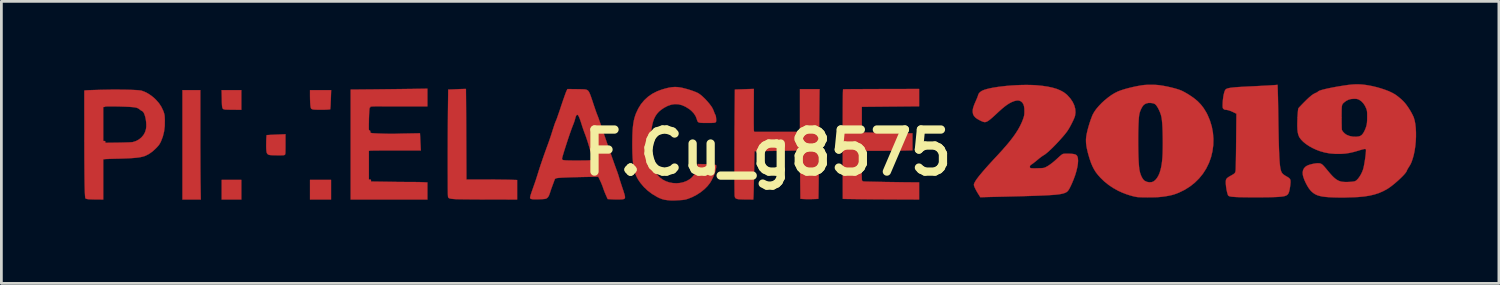
<source format=kicad_pcb>
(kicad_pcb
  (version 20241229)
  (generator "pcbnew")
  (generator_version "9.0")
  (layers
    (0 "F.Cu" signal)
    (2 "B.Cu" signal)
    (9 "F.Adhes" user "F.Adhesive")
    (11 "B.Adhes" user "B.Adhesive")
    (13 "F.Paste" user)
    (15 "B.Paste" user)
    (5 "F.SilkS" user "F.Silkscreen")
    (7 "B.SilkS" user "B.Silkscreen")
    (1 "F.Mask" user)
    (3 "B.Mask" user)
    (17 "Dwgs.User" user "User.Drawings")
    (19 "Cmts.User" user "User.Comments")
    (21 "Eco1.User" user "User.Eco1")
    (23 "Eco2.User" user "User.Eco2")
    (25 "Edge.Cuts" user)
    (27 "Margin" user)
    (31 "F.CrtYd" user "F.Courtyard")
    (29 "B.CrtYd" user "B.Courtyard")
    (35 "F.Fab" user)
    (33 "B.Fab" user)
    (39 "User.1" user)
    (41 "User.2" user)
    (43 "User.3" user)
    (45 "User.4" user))
  (footprint "F.Cu_g8575"
    (layer "F.Cu")
    (at 24.77 2.478)
    (property "Reference" "F.Cu_g8575" (at 0 0 0) (layer "F.SilkS") (effects (font (size 1.524 1.524) (thickness 0.3))))
    (attr through_hole)
    (fp_poly (pts (xy -19.075 1.702) (xy -19.787 1.702) (xy -19.787 0.991) (xy -19.075 0.991) (xy -19.075 1.702)) (stroke (width 0.01) (type solid)) (fill yes) (layer "F.Cu"))
    (fp_poly (pts (xy -15.824 1.702) (xy -16.586 1.702) (xy -16.586 0.991) (xy -15.824 0.991) (xy -15.824 1.702)) (stroke (width 0.01) (type solid)) (fill yes) (layer "F.Cu"))
    (fp_poly (pts (xy -20.561 -0.872) (xy -20.561 -0.671) (xy -20.561 -0.468) (xy -20.561 -0.264) (xy -20.56 -0.062) (xy -20.559 0.135) (xy -20.559 0.324) (xy -20.558 0.502) (xy -20.557 0.667) (xy -20.556 0.817) (xy -20.555 0.948) (xy -20.554 1.058) (xy -20.553 1.109) (xy -20.544 1.702) (xy -21.209 1.702) (xy -21.209 -2.261) (xy -20.561 -2.261) (xy -20.561 -0.872)) (stroke (width 0.01) (type solid)) (fill yes) (layer "F.Cu"))
    (fp_poly (pts (xy -19.075 -1.549) (xy -19.352 -1.551) (xy -19.435 -1.552) (xy -19.511 -1.553) (xy -19.576 -1.554) (xy -19.625 -1.556) (xy -19.655 -1.557) (xy -19.66 -1.558) (xy -19.692 -1.564) (xy -19.718 -1.571) (xy -19.739 -1.583) (xy -19.754 -1.603) (xy -19.764 -1.633) (xy -19.772 -1.676) (xy -19.777 -1.734) (xy -19.78 -1.812) (xy -19.782 -1.911) (xy -19.783 -1.959) (xy -19.79 -2.261) (xy -19.075 -2.261) (xy -19.075 -1.549)) (stroke (width 0.01) (type solid)) (fill yes) (layer "F.Cu"))
    (fp_poly (pts (xy -15.829 -1.997) (xy -15.832 -1.911) (xy -15.836 -1.829) (xy -15.839 -1.754) (xy -15.842 -1.694) (xy -15.845 -1.652) (xy -15.845 -1.65) (xy -15.853 -1.566) (xy -15.948 -1.557) (xy -16.003 -1.554) (xy -16.072 -1.552) (xy -16.15 -1.551) (xy -16.231 -1.551) (xy -16.309 -1.552) (xy -16.379 -1.554) (xy -16.436 -1.557) (xy -16.473 -1.561) (xy -16.476 -1.562) (xy -16.513 -1.573) (xy -16.541 -1.587) (xy -16.543 -1.59) (xy -16.555 -1.615) (xy -16.566 -1.663) (xy -16.574 -1.733) (xy -16.58 -1.822) (xy -16.584 -1.928) (xy -16.586 -2.049) (xy -16.586 -2.054) (xy -16.586 -2.261) (xy -15.82 -2.261) (xy -15.829 -1.997)) (stroke (width 0.01) (type solid)) (fill yes) (layer "F.Cu"))
    (fp_poly (pts (xy -17.475 -0.302) (xy -17.475 -0.196) (xy -17.476 -0.113) (xy -17.477 -0.049) (xy -17.478 -0.002) (xy -17.481 0.031) (xy -17.484 0.054) (xy -17.489 0.068) (xy -17.495 0.077) (xy -17.498 0.081) (xy -17.51 0.088) (xy -17.527 0.093) (xy -17.554 0.097) (xy -17.594 0.099) (xy -17.652 0.1) (xy -17.729 0.1) (xy -17.762 0.1) (xy -17.841 0.099) (xy -17.916 0.097) (xy -17.98 0.094) (xy -18.028 0.091) (xy -18.055 0.087) (xy -18.092 0.076) (xy -18.12 0.058) (xy -18.142 0.032) (xy -18.157 -0.007) (xy -18.166 -0.061) (xy -18.172 -0.133) (xy -18.174 -0.227) (xy -18.174 -0.267) (xy -18.173 -0.344) (xy -18.172 -0.42) (xy -18.17 -0.486) (xy -18.167 -0.536) (xy -18.166 -0.555) (xy -18.158 -0.632) (xy -18.023 -0.64) (xy -17.96 -0.643) (xy -17.881 -0.647) (xy -17.794 -0.651) (xy -17.708 -0.654) (xy -17.682 -0.655) (xy -17.475 -0.664) (xy -17.475 -0.302)) (stroke (width 0.01) (type solid)) (fill yes) (layer "F.Cu"))
    (fp_poly (pts (xy -10.937 -2.305) (xy -10.936 -2.292) (xy -10.935 -2.255) (xy -10.935 -2.195) (xy -10.934 -2.115) (xy -10.933 -2.016) (xy -10.932 -1.898) (xy -10.931 -1.764) (xy -10.93 -1.616) (xy -10.929 -1.454) (xy -10.928 -1.28) (xy -10.927 -1.095) (xy -10.926 -0.902) (xy -10.925 -0.701) (xy -10.925 -0.661) (xy -10.918 0.978) (xy -10.287 0.978) (xy -10.15 0.978) (xy -10.011 0.979) (xy -9.874 0.979) (xy -9.742 0.981) (xy -9.62 0.982) (xy -9.512 0.983) (xy -9.422 0.985) (xy -9.368 0.986) (xy -9.081 0.995) (xy -9.081 1.702) (xy -10.106 1.7) (xy -10.27 1.699) (xy -10.431 1.699) (xy -10.586 1.698) (xy -10.732 1.697) (xy -10.868 1.696) (xy -10.99 1.695) (xy -11.097 1.693) (xy -11.187 1.692) (xy -11.256 1.69) (xy -11.303 1.689) (xy -11.31 1.688) (xy -11.389 1.683) (xy -11.456 1.676) (xy -11.507 1.667) (xy -11.534 1.66) (xy -11.562 1.645) (xy -11.577 1.626) (xy -11.585 1.594) (xy -11.587 1.581) (xy -11.588 1.558) (xy -11.59 1.511) (xy -11.591 1.442) (xy -11.592 1.354) (xy -11.593 1.247) (xy -11.593 1.124) (xy -11.594 0.987) (xy -11.594 0.837) (xy -11.595 0.676) (xy -11.595 0.507) (xy -11.595 0.33) (xy -11.595 0.147) (xy -11.595 -0.038) (xy -11.594 -0.226) (xy -11.594 -0.413) (xy -11.593 -0.599) (xy -11.592 -0.78) (xy -11.591 -0.956) (xy -11.59 -1.125) (xy -11.589 -1.284) (xy -11.588 -1.433) (xy -11.587 -1.539) (xy -11.578 -2.282) (xy -11.26 -2.295) (xy -11.172 -2.299) (xy -11.094 -2.302) (xy -11.028 -2.304) (xy -10.977 -2.305) (xy -10.946 -2.305) (xy -10.937 -2.305)) (stroke (width 0.01) (type solid)) (fill yes) (layer "F.Cu"))
    (fp_poly (pts (xy -12.332 -1.676) (xy -13.362 -1.676) (xy -13.547 -1.676) (xy -13.709 -1.676) (xy -13.849 -1.676) (xy -13.968 -1.676) (xy -14.069 -1.675) (xy -14.152 -1.675) (xy -14.22 -1.674) (xy -14.273 -1.673) (xy -14.315 -1.671) (xy -14.346 -1.669) (xy -14.368 -1.667) (xy -14.382 -1.664) (xy -14.391 -1.661) (xy -14.395 -1.657) (xy -14.398 -1.653) (xy -14.398 -1.651) (xy -14.41 -1.63) (xy -14.421 -1.626) (xy -14.427 -1.613) (xy -14.433 -1.577) (xy -14.438 -1.518) (xy -14.443 -1.438) (xy -14.447 -1.338) (xy -14.451 -1.22) (xy -14.453 -1.086) (xy -14.455 -0.997) (xy -14.455 -0.924) (xy -14.455 -0.872) (xy -14.453 -0.838) (xy -14.45 -0.818) (xy -14.444 -0.808) (xy -14.435 -0.804) (xy -14.429 -0.802) (xy -14.41 -0.794) (xy -14.402 -0.771) (xy -14.402 -0.756) (xy -14.399 -0.728) (xy -14.387 -0.714) (xy -14.357 -0.707) (xy -14.354 -0.706) (xy -14.321 -0.702) (xy -14.266 -0.698) (xy -14.195 -0.694) (xy -14.11 -0.69) (xy -14.017 -0.687) (xy -13.92 -0.684) (xy -13.822 -0.681) (xy -13.728 -0.68) (xy -13.643 -0.679) (xy -13.57 -0.679) (xy -13.514 -0.68) (xy -13.513 -0.68) (xy -13.457 -0.681) (xy -13.382 -0.684) (xy -13.291 -0.686) (xy -13.191 -0.688) (xy -13.085 -0.69) (xy -12.98 -0.692) (xy -12.978 -0.692) (xy -12.601 -0.699) (xy -12.593 -0.537) (xy -12.589 -0.456) (xy -12.585 -0.365) (xy -12.58 -0.278) (xy -12.578 -0.225) (xy -12.57 -0.076) (xy -13.472 -0.076) (xy -13.622 -0.076) (xy -13.765 -0.076) (xy -13.9 -0.075) (xy -14.023 -0.075) (xy -14.134 -0.074) (xy -14.229 -0.073) (xy -14.306 -0.072) (xy -14.365 -0.071) (xy -14.401 -0.069) (xy -14.413 -0.068) (xy -14.453 -0.06) (xy -14.453 0.978) (xy -14.415 0.978) (xy -14.387 0.981) (xy -14.378 0.996) (xy -14.376 1.014) (xy -14.376 1.05) (xy -13.841 1.058) (xy -13.71 1.06) (xy -13.572 1.062) (xy -13.434 1.064) (xy -13.299 1.065) (xy -13.174 1.066) (xy -13.064 1.067) (xy -12.973 1.067) (xy -12.973 1.067) (xy -12.873 1.067) (xy -12.772 1.068) (xy -12.676 1.07) (xy -12.589 1.071) (xy -12.519 1.074) (xy -12.486 1.075) (xy -12.332 1.083) (xy -12.332 1.702) (xy -15.113 1.702) (xy -15.113 -2.282) (xy -14.227 -2.29) (xy -14.062 -2.292) (xy -13.89 -2.294) (xy -13.716 -2.296) (xy -13.543 -2.298) (xy -13.377 -2.3) (xy -13.219 -2.302) (xy -13.075 -2.304) (xy -12.948 -2.305) (xy -12.843 -2.307) (xy -12.837 -2.307) (xy -12.332 -2.315) (xy -12.332 -1.676)) (stroke (width 0.01) (type solid)) (fill yes) (layer "F.Cu"))
    (fp_poly (pts (xy 18.483 -2.246) (xy 18.485 -2.184) (xy 18.487 -2.101) (xy 18.49 -2.002) (xy 18.492 -1.891) (xy 18.494 -1.773) (xy 18.496 -1.652) (xy 18.498 -1.556) (xy 18.502 -1.281) (xy 18.506 -1.03) (xy 18.51 -0.803) (xy 18.514 -0.597) (xy 18.518 -0.411) (xy 18.523 -0.245) (xy 18.528 -0.097) (xy 18.533 0.034) (xy 18.538 0.15) (xy 18.544 0.252) (xy 18.55 0.34) (xy 18.557 0.417) (xy 18.564 0.483) (xy 18.572 0.539) (xy 18.581 0.588) (xy 18.591 0.629) (xy 18.601 0.664) (xy 18.622 0.715) (xy 18.651 0.758) (xy 18.693 0.797) (xy 18.752 0.837) (xy 18.793 0.861) (xy 18.857 0.898) (xy 18.901 0.931) (xy 18.928 0.964) (xy 18.942 1.003) (xy 18.945 1.053) (xy 18.944 1.099) (xy 18.936 1.183) (xy 18.924 1.268) (xy 18.91 1.347) (xy 18.894 1.414) (xy 18.877 1.463) (xy 18.873 1.472) (xy 18.851 1.507) (xy 18.824 1.535) (xy 18.788 1.557) (xy 18.74 1.575) (xy 18.678 1.589) (xy 18.599 1.599) (xy 18.501 1.607) (xy 18.38 1.613) (xy 18.377 1.613) (xy 18.282 1.616) (xy 18.168 1.619) (xy 18.04 1.621) (xy 17.902 1.622) (xy 17.758 1.623) (xy 17.612 1.623) (xy 17.468 1.622) (xy 17.332 1.621) (xy 17.207 1.619) (xy 17.097 1.617) (xy 17.006 1.613) (xy 16.979 1.612) (xy 16.884 1.606) (xy 16.812 1.6) (xy 16.758 1.591) (xy 16.721 1.58) (xy 16.696 1.566) (xy 16.681 1.548) (xy 16.678 1.54) (xy 16.651 1.455) (xy 16.628 1.353) (xy 16.611 1.245) (xy 16.601 1.14) (xy 16.599 1.077) (xy 16.601 1.023) (xy 16.609 0.981) (xy 16.628 0.947) (xy 16.659 0.916) (xy 16.707 0.882) (xy 16.766 0.848) (xy 16.833 0.81) (xy 16.881 0.78) (xy 16.914 0.754) (xy 16.935 0.728) (xy 16.947 0.698) (xy 16.954 0.661) (xy 16.957 0.627) (xy 16.959 0.598) (xy 16.96 0.546) (xy 16.962 0.473) (xy 16.964 0.382) (xy 16.966 0.274) (xy 16.968 0.151) (xy 16.97 0.017) (xy 16.972 -0.127) (xy 16.973 -0.279) (xy 16.975 -0.437) (xy 16.975 -0.44) (xy 16.984 -1.408) (xy 16.883 -1.458) (xy 16.781 -1.504) (xy 16.69 -1.535) (xy 16.615 -1.549) (xy 16.596 -1.549) (xy 16.549 -1.557) (xy 16.516 -1.581) (xy 16.501 -1.598) (xy 16.491 -1.618) (xy 16.487 -1.646) (xy 16.485 -1.689) (xy 16.485 -1.723) (xy 16.488 -1.821) (xy 16.496 -1.919) (xy 16.508 -2.014) (xy 16.524 -2.101) (xy 16.543 -2.177) (xy 16.563 -2.237) (xy 16.585 -2.277) (xy 16.591 -2.283) (xy 16.611 -2.3) (xy 16.638 -2.314) (xy 16.675 -2.327) (xy 16.723 -2.338) (xy 16.783 -2.348) (xy 16.859 -2.357) (xy 16.951 -2.366) (xy 17.063 -2.374) (xy 17.195 -2.382) (xy 17.349 -2.39) (xy 17.42 -2.394) (xy 17.621 -2.403) (xy 17.802 -2.412) (xy 17.962 -2.421) (xy 18.099 -2.428) (xy 18.214 -2.435) (xy 18.305 -2.441) (xy 18.372 -2.445) (xy 18.385 -2.446) (xy 18.476 -2.454) (xy 18.483 -2.246)) (stroke (width 0.01) (type solid)) (fill yes) (layer "F.Cu"))
    (fp_poly (pts (xy -0.506 -1.575) (xy -0.507 -1.439) (xy -0.507 -1.311) (xy -0.507 -1.191) (xy -0.507 -1.082) (xy -0.506 -0.987) (xy -0.505 -0.909) (xy -0.504 -0.849) (xy -0.503 -0.811) (xy -0.501 -0.797) (xy -0.492 -0.749) (xy 1.168 -0.749) (xy 1.168 -2.299) (xy 1.879 -2.299) (xy 1.872 -1.737) (xy 1.871 -1.645) (xy 1.87 -1.531) (xy 1.869 -1.397) (xy 1.867 -1.245) (xy 1.866 -1.078) (xy 1.864 -0.898) (xy 1.862 -0.709) (xy 1.861 -0.512) (xy 1.859 -0.31) (xy 1.857 -0.106) (xy 1.855 0.098) (xy 1.854 0.246) (xy 1.853 0.434) (xy 1.851 0.615) (xy 1.849 0.787) (xy 1.847 0.948) (xy 1.846 1.098) (xy 1.844 1.234) (xy 1.842 1.355) (xy 1.841 1.459) (xy 1.839 1.544) (xy 1.838 1.609) (xy 1.836 1.653) (xy 1.835 1.673) (xy 1.835 1.675) (xy 1.819 1.678) (xy 1.783 1.681) (xy 1.73 1.683) (xy 1.666 1.685) (xy 1.594 1.687) (xy 1.518 1.688) (xy 1.445 1.688) (xy 1.377 1.687) (xy 1.32 1.685) (xy 1.277 1.683) (xy 1.275 1.683) (xy 1.185 1.675) (xy 1.175 0.802) (xy 1.174 0.656) (xy 1.172 0.517) (xy 1.171 0.388) (xy 1.169 0.271) (xy 1.168 0.167) (xy 1.166 0.08) (xy 1.165 0.01) (xy 1.164 -0.04) (xy 1.164 -0.068) (xy 1.163 -0.073) (xy 1.15 -0.073) (xy 1.115 -0.073) (xy 1.059 -0.073) (xy 0.985 -0.072) (xy 0.897 -0.071) (xy 0.796 -0.069) (xy 0.685 -0.068) (xy 0.567 -0.066) (xy 0.444 -0.064) (xy 0.319 -0.062) (xy 0.195 -0.06) (xy 0.073 -0.058) (xy -0.042 -0.056) (xy -0.15 -0.054) (xy -0.247 -0.052) (xy -0.33 -0.051) (xy -0.397 -0.049) (xy -0.446 -0.048) (xy -0.473 -0.047) (xy -0.478 -0.047) (xy -0.479 -0.034) (xy -0.48 0.002) (xy -0.482 0.059) (xy -0.483 0.135) (xy -0.485 0.228) (xy -0.488 0.335) (xy -0.49 0.454) (xy -0.492 0.583) (xy -0.495 0.72) (xy -0.495 0.724) (xy -0.498 0.865) (xy -0.5 1.001) (xy -0.503 1.13) (xy -0.506 1.248) (xy -0.508 1.354) (xy -0.511 1.445) (xy -0.513 1.517) (xy -0.515 1.57) (xy -0.516 1.597) (xy -0.523 1.702) (xy -0.766 1.7) (xy -0.847 1.699) (xy -0.923 1.697) (xy -0.99 1.695) (xy -1.041 1.692) (xy -1.071 1.689) (xy -1.128 1.675) (xy -1.165 1.656) (xy -1.186 1.625) (xy -1.197 1.579) (xy -1.198 1.573) (xy -1.2 1.547) (xy -1.201 1.498) (xy -1.202 1.427) (xy -1.203 1.337) (xy -1.204 1.228) (xy -1.205 1.102) (xy -1.205 0.962) (xy -1.206 0.809) (xy -1.206 0.645) (xy -1.206 0.472) (xy -1.206 0.292) (xy -1.206 0.106) (xy -1.206 -0.084) (xy -1.205 -0.276) (xy -1.204 -0.468) (xy -1.204 -0.659) (xy -1.203 -0.846) (xy -1.201 -1.028) (xy -1.2 -1.203) (xy -1.199 -1.369) (xy -1.198 -1.444) (xy -1.19 -2.283) (xy -0.884 -2.294) (xy -0.796 -2.297) (xy -0.715 -2.3) (xy -0.644 -2.302) (xy -0.589 -2.304) (xy -0.552 -2.305) (xy -0.54 -2.305) (xy -0.502 -2.305) (xy -0.506 -1.575)) (stroke (width 0.01) (type solid)) (fill yes) (layer "F.Cu"))
    (fp_poly (pts (xy 5.486 -1.991) (xy 5.486 -1.676) (xy 5.312 -1.675) (xy 5.269 -1.674) (xy 5.203 -1.674) (xy 5.117 -1.673) (xy 5.014 -1.672) (xy 4.896 -1.671) (xy 4.766 -1.67) (xy 4.626 -1.668) (xy 4.479 -1.667) (xy 4.329 -1.666) (xy 4.274 -1.665) (xy 3.41 -1.657) (xy 3.41 -1.198) (xy 3.41 -1.092) (xy 3.411 -0.995) (xy 3.412 -0.909) (xy 3.413 -0.836) (xy 3.414 -0.781) (xy 3.415 -0.745) (xy 3.417 -0.732) (xy 3.43 -0.731) (xy 3.466 -0.729) (xy 3.523 -0.728) (xy 3.598 -0.726) (xy 3.688 -0.724) (xy 3.792 -0.721) (xy 3.906 -0.719) (xy 4.029 -0.717) (xy 4.158 -0.714) (xy 4.29 -0.712) (xy 4.424 -0.709) (xy 4.556 -0.707) (xy 4.684 -0.705) (xy 4.806 -0.703) (xy 4.92 -0.702) (xy 5.022 -0.7) (xy 5.111 -0.699) (xy 5.184 -0.699) (xy 5.21 -0.699) (xy 5.245 -0.699) (xy 5.245 -0.08) (xy 4.9 -0.072) (xy 4.81 -0.07) (xy 4.7 -0.068) (xy 4.574 -0.067) (xy 4.438 -0.066) (xy 4.296 -0.065) (xy 4.154 -0.064) (xy 4.017 -0.064) (xy 3.979 -0.064) (xy 3.404 -0.064) (xy 3.404 0.456) (xy 3.404 0.571) (xy 3.405 0.678) (xy 3.406 0.775) (xy 3.408 0.859) (xy 3.41 0.927) (xy 3.412 0.976) (xy 3.414 1.003) (xy 3.415 1.007) (xy 3.438 1.035) (xy 3.463 1.046) (xy 3.481 1.048) (xy 3.522 1.05) (xy 3.583 1.052) (xy 3.663 1.054) (xy 3.759 1.056) (xy 3.868 1.058) (xy 3.988 1.061) (xy 4.116 1.063) (xy 4.251 1.066) (xy 4.39 1.068) (xy 4.53 1.07) (xy 4.669 1.072) (xy 4.805 1.074) (xy 4.935 1.076) (xy 5.057 1.077) (xy 5.169 1.078) (xy 5.268 1.079) (xy 5.286 1.079) (xy 5.486 1.079) (xy 5.486 1.702) (xy 4.702 1.699) (xy 4.539 1.698) (xy 4.365 1.698) (xy 4.184 1.696) (xy 4.002 1.695) (xy 3.824 1.694) (xy 3.654 1.692) (xy 3.498 1.691) (xy 3.36 1.689) (xy 3.321 1.689) (xy 3.201 1.687) (xy 3.088 1.685) (xy 2.986 1.684) (xy 2.897 1.683) (xy 2.823 1.681) (xy 2.768 1.68) (xy 2.733 1.679) (xy 2.721 1.679) (xy 2.721 1.666) (xy 2.72 1.629) (xy 2.72 1.57) (xy 2.72 1.489) (xy 2.719 1.388) (xy 2.719 1.269) (xy 2.719 1.132) (xy 2.719 0.98) (xy 2.718 0.813) (xy 2.718 0.633) (xy 2.718 0.442) (xy 2.718 0.239) (xy 2.718 0.028) (xy 2.718 -0.191) (xy 2.718 -0.305) (xy 2.718 -0.577) (xy 2.718 -0.825) (xy 2.718 -1.049) (xy 2.718 -1.251) (xy 2.719 -1.432) (xy 2.719 -1.592) (xy 2.72 -1.732) (xy 2.721 -1.855) (xy 2.722 -1.96) (xy 2.723 -2.048) (xy 2.724 -2.121) (xy 2.725 -2.18) (xy 2.727 -2.225) (xy 2.728 -2.258) (xy 2.73 -2.279) (xy 2.732 -2.29) (xy 2.734 -2.292) (xy 2.748 -2.293) (xy 2.787 -2.294) (xy 2.847 -2.295) (xy 2.928 -2.296) (xy 3.027 -2.297) (xy 3.144 -2.297) (xy 3.276 -2.298) (xy 3.422 -2.299) (xy 3.58 -2.3) (xy 3.748 -2.3) (xy 3.925 -2.301) (xy 4.11 -2.302) (xy 4.118 -2.302) (xy 5.486 -2.305) (xy 5.486 -1.991)) (stroke (width 0.01) (type solid)) (fill yes) (layer "F.Cu"))
    (fp_poly (pts (xy -23.489 -2.28) (xy -23.338 -2.279) (xy -23.196 -2.276) (xy -23.066 -2.272) (xy -22.951 -2.267) (xy -22.852 -2.262) (xy -22.773 -2.255) (xy -22.715 -2.248) (xy -22.692 -2.243) (xy -22.577 -2.201) (xy -22.458 -2.14) (xy -22.339 -2.061) (xy -22.226 -1.969) (xy -22.168 -1.912) (xy -22.059 -1.788) (xy -21.974 -1.659) (xy -21.908 -1.521) (xy -21.891 -1.477) (xy -21.876 -1.431) (xy -21.865 -1.39) (xy -21.857 -1.35) (xy -21.852 -1.302) (xy -21.849 -1.241) (xy -21.847 -1.172) (xy -21.85 -0.959) (xy -21.875 -0.761) (xy -21.92 -0.578) (xy -21.985 -0.409) (xy -21.992 -0.394) (xy -22.019 -0.342) (xy -22.045 -0.298) (xy -22.074 -0.258) (xy -22.112 -0.215) (xy -22.162 -0.162) (xy -22.179 -0.145) (xy -22.297 -0.037) (xy -22.416 0.047) (xy -22.536 0.11) (xy -22.578 0.127) (xy -22.639 0.146) (xy -22.712 0.163) (xy -22.8 0.178) (xy -22.905 0.19) (xy -23.027 0.2) (xy -23.17 0.209) (xy -23.334 0.215) (xy -23.521 0.221) (xy -23.578 0.222) (xy -23.673 0.224) (xy -23.765 0.227) (xy -23.848 0.229) (xy -23.918 0.232) (xy -23.971 0.234) (xy -24 0.236) (xy -24.079 0.243) (xy -24.079 1.702) (xy -24.317 1.7) (xy -24.399 1.699) (xy -24.476 1.697) (xy -24.545 1.695) (xy -24.599 1.692) (xy -24.63 1.689) (xy -24.673 1.681) (xy -24.709 1.669) (xy -24.723 1.66) (xy -24.729 1.646) (xy -24.733 1.616) (xy -24.738 1.569) (xy -24.742 1.503) (xy -24.746 1.42) (xy -24.749 1.317) (xy -24.752 1.195) (xy -24.755 1.052) (xy -24.757 0.889) (xy -24.759 0.704) (xy -24.76 0.497) (xy -24.762 0.268) (xy -24.763 0.015) (xy -24.764 -0.261) (xy -24.764 -0.562) (xy -24.764 -0.802) (xy -24.765 -1.651) (xy -24.079 -1.651) (xy -24.079 -0.419) (xy -24.041 -0.419) (xy -24.014 -0.416) (xy -24.004 -0.401) (xy -24.003 -0.386) (xy -24.003 -0.353) (xy -23.536 -0.359) (xy -23.418 -0.361) (xy -23.309 -0.364) (xy -23.212 -0.367) (xy -23.13 -0.37) (xy -23.065 -0.374) (xy -23.022 -0.378) (xy -23.006 -0.38) (xy -22.889 -0.418) (xy -22.784 -0.475) (xy -22.693 -0.55) (xy -22.618 -0.639) (xy -22.563 -0.74) (xy -22.53 -0.85) (xy -22.52 -0.93) (xy -22.519 -1.017) (xy -22.524 -1.108) (xy -22.536 -1.198) (xy -22.554 -1.284) (xy -22.577 -1.361) (xy -22.603 -1.426) (xy -22.633 -1.474) (xy -22.665 -1.502) (xy -22.673 -1.506) (xy -22.698 -1.518) (xy -22.733 -1.542) (xy -22.758 -1.562) (xy -22.795 -1.59) (xy -22.832 -1.61) (xy -22.873 -1.625) (xy -22.926 -1.636) (xy -22.994 -1.645) (xy -23.05 -1.65) (xy -23.117 -1.655) (xy -23.196 -1.659) (xy -23.286 -1.663) (xy -23.382 -1.666) (xy -23.482 -1.669) (xy -23.582 -1.671) (xy -23.679 -1.673) (xy -23.769 -1.673) (xy -23.849 -1.673) (xy -23.917 -1.672) (xy -23.968 -1.671) (xy -23.999 -1.668) (xy -24.008 -1.665) (xy -24.027 -1.654) (xy -24.048 -1.651) (xy -24.079 -1.651) (xy -24.765 -1.651) (xy -24.765 -2.245) (xy -24.726 -2.253) (xy -24.705 -2.254) (xy -24.662 -2.257) (xy -24.599 -2.26) (xy -24.519 -2.263) (xy -24.426 -2.266) (xy -24.321 -2.269) (xy -24.208 -2.272) (xy -24.145 -2.274) (xy -23.979 -2.277) (xy -23.812 -2.28) (xy -23.648 -2.28) (xy -23.489 -2.28)) (stroke (width 0.01) (type solid)) (fill yes) (layer "F.Cu"))
    (fp_poly (pts (xy 13.975 -2.455) (xy 14.079 -2.451) (xy 14.17 -2.443) (xy 14.199 -2.44) (xy 14.343 -2.417) (xy 14.489 -2.389) (xy 14.633 -2.356) (xy 14.768 -2.321) (xy 14.889 -2.284) (xy 14.988 -2.247) (xy 15.03 -2.227) (xy 15.088 -2.197) (xy 15.155 -2.159) (xy 15.227 -2.117) (xy 15.278 -2.086) (xy 15.438 -1.977) (xy 15.577 -1.863) (xy 15.696 -1.74) (xy 15.801 -1.604) (xy 15.894 -1.452) (xy 15.94 -1.363) (xy 16.027 -1.154) (xy 16.092 -0.939) (xy 16.133 -0.719) (xy 16.151 -0.496) (xy 16.146 -0.274) (xy 16.117 -0.054) (xy 16.066 0.162) (xy 15.991 0.372) (xy 15.893 0.572) (xy 15.892 0.575) (xy 15.772 0.764) (xy 15.633 0.936) (xy 15.475 1.092) (xy 15.299 1.23) (xy 15.108 1.351) (xy 14.9 1.452) (xy 14.746 1.511) (xy 14.653 1.538) (xy 14.539 1.563) (xy 14.41 1.586) (xy 14.271 1.604) (xy 14.186 1.612) (xy 14.125 1.617) (xy 14.048 1.62) (xy 13.958 1.622) (xy 13.862 1.623) (xy 13.762 1.624) (xy 13.665 1.623) (xy 13.574 1.622) (xy 13.494 1.619) (xy 13.43 1.616) (xy 13.387 1.612) (xy 13.386 1.612) (xy 13.262 1.588) (xy 13.126 1.551) (xy 12.985 1.505) (xy 12.846 1.451) (xy 12.716 1.392) (xy 12.707 1.388) (xy 12.52 1.285) (xy 12.352 1.172) (xy 12.195 1.045) (xy 12.062 0.917) (xy 11.972 0.817) (xy 11.894 0.718) (xy 11.828 0.613) (xy 11.769 0.499) (xy 11.715 0.371) (xy 11.665 0.225) (xy 11.641 0.146) (xy 11.598 -0.007) (xy 11.567 -0.142) (xy 11.546 -0.261) (xy 11.535 -0.369) (xy 11.533 -0.469) (xy 11.534 -0.483) (xy 13.425 -0.483) (xy 13.425 -0.328) (xy 13.427 -0.173) (xy 13.429 -0.022) (xy 13.433 0.122) (xy 13.438 0.256) (xy 13.445 0.378) (xy 13.453 0.484) (xy 13.462 0.573) (xy 13.468 0.62) (xy 13.49 0.721) (xy 13.521 0.815) (xy 13.559 0.899) (xy 13.602 0.967) (xy 13.647 1.015) (xy 13.66 1.024) (xy 13.74 1.062) (xy 13.827 1.078) (xy 13.916 1.071) (xy 13.935 1.066) (xy 13.994 1.038) (xy 14.052 0.989) (xy 14.107 0.921) (xy 14.156 0.84) (xy 14.197 0.748) (xy 14.204 0.727) (xy 14.233 0.632) (xy 14.257 0.533) (xy 14.276 0.426) (xy 14.291 0.31) (xy 14.303 0.18) (xy 14.311 0.035) (xy 14.315 -0.13) (xy 14.317 -0.316) (xy 14.317 -0.362) (xy 14.315 -0.567) (xy 14.311 -0.752) (xy 14.305 -0.915) (xy 14.296 -1.056) (xy 14.285 -1.173) (xy 14.272 -1.266) (xy 14.267 -1.292) (xy 14.246 -1.373) (xy 14.215 -1.46) (xy 14.177 -1.547) (xy 14.135 -1.627) (xy 14.093 -1.693) (xy 14.067 -1.725) (xy 14.033 -1.756) (xy 13.992 -1.777) (xy 13.938 -1.79) (xy 13.885 -1.797) (xy 13.787 -1.797) (xy 13.704 -1.776) (xy 13.636 -1.734) (xy 13.62 -1.72) (xy 13.584 -1.674) (xy 13.547 -1.611) (xy 13.512 -1.537) (xy 13.484 -1.461) (xy 13.469 -1.406) (xy 13.459 -1.349) (xy 13.45 -1.269) (xy 13.443 -1.17) (xy 13.437 -1.054) (xy 13.432 -0.925) (xy 13.428 -0.784) (xy 13.426 -0.636) (xy 13.425 -0.483) (xy 11.534 -0.483) (xy 11.541 -0.565) (xy 11.544 -0.585) (xy 11.563 -0.693) (xy 11.591 -0.815) (xy 11.627 -0.947) (xy 11.667 -1.079) (xy 11.71 -1.205) (xy 11.753 -1.318) (xy 11.776 -1.372) (xy 11.831 -1.471) (xy 11.905 -1.577) (xy 11.997 -1.685) (xy 12.101 -1.794) (xy 12.214 -1.898) (xy 12.334 -1.995) (xy 12.456 -2.083) (xy 12.576 -2.157) (xy 12.692 -2.214) (xy 12.695 -2.215) (xy 12.803 -2.256) (xy 12.931 -2.297) (xy 13.074 -2.336) (xy 13.227 -2.373) (xy 13.384 -2.406) (xy 13.541 -2.434) (xy 13.583 -2.44) (xy 13.662 -2.449) (xy 13.759 -2.454) (xy 13.865 -2.456) (xy 13.975 -2.455)) (stroke (width 0.01) (type solid)) (fill yes) (layer "F.Cu"))
    (fp_poly (pts (xy -3.257 -2.371) (xy -3.148 -2.355) (xy -3.092 -2.344) (xy -2.994 -2.319) (xy -2.891 -2.291) (xy -2.789 -2.259) (xy -2.694 -2.226) (xy -2.611 -2.194) (xy -2.544 -2.164) (xy -2.514 -2.149) (xy -2.442 -2.099) (xy -2.362 -2.032) (xy -2.278 -1.952) (xy -2.195 -1.863) (xy -2.116 -1.771) (xy -2.047 -1.679) (xy -2.028 -1.651) (xy -1.999 -1.601) (xy -1.971 -1.541) (xy -1.951 -1.491) (xy -1.933 -1.441) (xy -1.914 -1.396) (xy -1.898 -1.366) (xy -1.897 -1.365) (xy -1.883 -1.333) (xy -1.874 -1.283) (xy -1.869 -1.219) (xy -1.867 -1.175) (xy -1.868 -1.141) (xy -1.873 -1.116) (xy -1.887 -1.097) (xy -1.911 -1.085) (xy -1.949 -1.078) (xy -2.003 -1.075) (xy -2.076 -1.073) (xy -2.171 -1.073) (xy -2.199 -1.073) (xy -2.3 -1.073) (xy -2.378 -1.075) (xy -2.437 -1.079) (xy -2.481 -1.086) (xy -2.511 -1.098) (xy -2.532 -1.116) (xy -2.547 -1.141) (xy -2.559 -1.174) (xy -2.568 -1.205) (xy -2.611 -1.317) (xy -2.679 -1.421) (xy -2.769 -1.516) (xy -2.851 -1.581) (xy -2.982 -1.662) (xy -3.11 -1.718) (xy -3.238 -1.749) (xy -3.365 -1.755) (xy -3.493 -1.736) (xy -3.623 -1.692) (xy -3.755 -1.623) (xy -3.867 -1.546) (xy -3.943 -1.482) (xy -4.009 -1.409) (xy -4.066 -1.326) (xy -4.114 -1.232) (xy -4.154 -1.125) (xy -4.185 -1.003) (xy -4.209 -0.864) (xy -4.226 -0.708) (xy -4.236 -0.531) (xy -4.24 -0.333) (xy -4.238 -0.127) (xy -4.236 -0.013) (xy -4.233 0.081) (xy -4.229 0.157) (xy -4.223 0.222) (xy -4.216 0.278) (xy -4.205 0.332) (xy -4.19 0.386) (xy -4.172 0.446) (xy -4.149 0.514) (xy -4.12 0.597) (xy -4.093 0.661) (xy -4.067 0.714) (xy -4.036 0.762) (xy -3.999 0.811) (xy -3.994 0.817) (xy -3.904 0.909) (xy -3.801 0.984) (xy -3.686 1.042) (xy -3.564 1.083) (xy -3.437 1.106) (xy -3.308 1.113) (xy -3.181 1.103) (xy -3.057 1.076) (xy -2.941 1.032) (xy -2.834 0.972) (xy -2.741 0.895) (xy -2.664 0.801) (xy -2.656 0.79) (xy -2.621 0.723) (xy -2.589 0.636) (xy -2.562 0.538) (xy -2.552 0.49) (xy -2.537 0.415) (xy -2.236 0.423) (xy -2.126 0.426) (xy -2.039 0.43) (xy -1.973 0.435) (xy -1.925 0.441) (xy -1.893 0.448) (xy -1.874 0.458) (xy -1.866 0.469) (xy -1.866 0.473) (xy -1.868 0.539) (xy -1.883 0.621) (xy -1.91 0.714) (xy -1.945 0.813) (xy -1.989 0.913) (xy -2.037 1.009) (xy -2.09 1.097) (xy -2.096 1.106) (xy -2.188 1.222) (xy -2.301 1.333) (xy -2.43 1.437) (xy -2.574 1.53) (xy -2.726 1.61) (xy -2.884 1.673) (xy -2.893 1.676) (xy -2.941 1.691) (xy -2.985 1.703) (xy -3.032 1.711) (xy -3.088 1.718) (xy -3.158 1.723) (xy -3.222 1.727) (xy -3.305 1.732) (xy -3.369 1.735) (xy -3.42 1.737) (xy -3.462 1.737) (xy -3.503 1.736) (xy -3.548 1.733) (xy -3.602 1.728) (xy -3.626 1.726) (xy -3.735 1.711) (xy -3.836 1.684) (xy -3.939 1.643) (xy -4.016 1.603) (xy -4.191 1.498) (xy -4.344 1.383) (xy -4.481 1.255) (xy -4.604 1.11) (xy -4.641 1.06) (xy -4.696 0.978) (xy -4.743 0.893) (xy -4.783 0.803) (xy -4.817 0.705) (xy -4.845 0.598) (xy -4.867 0.479) (xy -4.883 0.346) (xy -4.895 0.195) (xy -4.903 0.026) (xy -4.907 -0.164) (xy -4.908 -0.305) (xy -4.906 -0.495) (xy -4.902 -0.662) (xy -4.895 -0.81) (xy -4.884 -0.941) (xy -4.869 -1.058) (xy -4.85 -1.163) (xy -4.827 -1.259) (xy -4.798 -1.35) (xy -4.774 -1.416) (xy -4.69 -1.596) (xy -4.589 -1.757) (xy -4.47 -1.9) (xy -4.334 -2.024) (xy -4.181 -2.13) (xy -4.01 -2.218) (xy -3.848 -2.279) (xy -3.706 -2.321) (xy -3.581 -2.351) (xy -3.468 -2.369) (xy -3.362 -2.376) (xy -3.257 -2.371)) (stroke (width 0.01) (type solid)) (fill yes) (layer "F.Cu"))
    (fp_poly (pts (xy 9.521 -2.448) (xy 9.676 -2.442) (xy 9.735 -2.438) (xy 9.952 -2.417) (xy 10.147 -2.388) (xy 10.32 -2.351) (xy 10.473 -2.306) (xy 10.606 -2.251) (xy 10.722 -2.188) (xy 10.82 -2.114) (xy 10.859 -2.078) (xy 10.967 -1.958) (xy 11.05 -1.835) (xy 11.109 -1.71) (xy 11.143 -1.584) (xy 11.152 -1.456) (xy 11.137 -1.335) (xy 11.123 -1.291) (xy 11.099 -1.23) (xy 11.066 -1.157) (xy 11.027 -1.077) (xy 10.985 -0.995) (xy 10.942 -0.916) (xy 10.9 -0.845) (xy 10.862 -0.786) (xy 10.847 -0.764) (xy 10.782 -0.681) (xy 10.708 -0.591) (xy 10.626 -0.498) (xy 10.54 -0.403) (xy 10.452 -0.309) (xy 10.363 -0.218) (xy 10.278 -0.134) (xy 10.197 -0.059) (xy 10.125 0.005) (xy 10.062 0.056) (xy 10.013 0.089) (xy 10.001 0.096) (xy 9.968 0.116) (xy 9.921 0.149) (xy 9.866 0.19) (xy 9.808 0.237) (xy 9.785 0.256) (xy 9.726 0.305) (xy 9.668 0.351) (xy 9.617 0.391) (xy 9.577 0.42) (xy 9.566 0.427) (xy 9.529 0.453) (xy 9.509 0.473) (xy 9.501 0.494) (xy 9.5 0.514) (xy 9.501 0.534) (xy 9.506 0.549) (xy 9.519 0.56) (xy 9.542 0.566) (xy 9.579 0.57) (xy 9.633 0.571) (xy 9.707 0.571) (xy 9.782 0.569) (xy 9.863 0.567) (xy 9.923 0.564) (xy 9.968 0.561) (xy 10.002 0.556) (xy 10.029 0.548) (xy 10.056 0.538) (xy 10.071 0.531) (xy 10.145 0.491) (xy 10.231 0.434) (xy 10.324 0.364) (xy 10.42 0.283) (xy 10.509 0.202) (xy 10.583 0.134) (xy 10.641 0.086) (xy 10.684 0.057) (xy 10.699 0.051) (xy 10.736 0.044) (xy 10.792 0.04) (xy 10.869 0.04) (xy 10.921 0.041) (xy 11.017 0.046) (xy 11.091 0.055) (xy 11.146 0.07) (xy 11.186 0.092) (xy 11.212 0.123) (xy 11.23 0.165) (xy 11.24 0.211) (xy 11.246 0.301) (xy 11.238 0.41) (xy 11.218 0.533) (xy 11.186 0.669) (xy 11.143 0.812) (xy 11.089 0.961) (xy 11.026 1.113) (xy 10.979 1.215) (xy 10.94 1.292) (xy 10.907 1.35) (xy 10.875 1.393) (xy 10.842 1.423) (xy 10.804 1.447) (xy 10.756 1.467) (xy 10.737 1.473) (xy 10.703 1.484) (xy 10.662 1.494) (xy 10.616 1.503) (xy 10.561 1.512) (xy 10.497 1.52) (xy 10.423 1.528) (xy 10.337 1.535) (xy 10.239 1.541) (xy 10.126 1.548) (xy 9.999 1.554) (xy 9.855 1.56) (xy 9.693 1.566) (xy 9.513 1.572) (xy 9.313 1.578) (xy 9.091 1.584) (xy 8.847 1.59) (xy 8.58 1.597) (xy 8.445 1.6) (xy 8.325 1.603) (xy 8.208 1.606) (xy 8.1 1.608) (xy 8.003 1.611) (xy 7.92 1.613) (xy 7.855 1.615) (xy 7.81 1.616) (xy 7.793 1.617) (xy 7.706 1.62) (xy 7.661 1.55) (xy 7.608 1.465) (xy 7.561 1.384) (xy 7.523 1.312) (xy 7.495 1.252) (xy 7.48 1.213) (xy 7.473 1.181) (xy 7.472 1.156) (xy 7.479 1.128) (xy 7.496 1.09) (xy 7.503 1.076) (xy 7.533 1.023) (xy 7.577 0.958) (xy 7.636 0.88) (xy 7.71 0.788) (xy 7.8 0.682) (xy 7.906 0.56) (xy 8.029 0.423) (xy 8.169 0.27) (xy 8.326 0.102) (xy 8.494 -0.082) (xy 8.643 -0.252) (xy 8.775 -0.41) (xy 8.889 -0.558) (xy 8.988 -0.699) (xy 9.073 -0.832) (xy 9.144 -0.961) (xy 9.204 -1.087) (xy 9.253 -1.211) (xy 9.26 -1.232) (xy 9.279 -1.29) (xy 9.291 -1.337) (xy 9.298 -1.383) (xy 9.301 -1.437) (xy 9.302 -1.499) (xy 9.299 -1.599) (xy 9.288 -1.678) (xy 9.268 -1.742) (xy 9.238 -1.795) (xy 9.216 -1.821) (xy 9.164 -1.863) (xy 9.103 -1.885) (xy 9.032 -1.887) (xy 8.949 -1.87) (xy 8.852 -1.833) (xy 8.82 -1.818) (xy 8.746 -1.778) (xy 8.669 -1.728) (xy 8.586 -1.667) (xy 8.494 -1.591) (xy 8.39 -1.499) (xy 8.318 -1.432) (xy 8.221 -1.342) (xy 8.139 -1.268) (xy 8.071 -1.21) (xy 8.014 -1.166) (xy 7.967 -1.135) (xy 7.926 -1.115) (xy 7.891 -1.105) (xy 7.859 -1.103) (xy 7.834 -1.107) (xy 7.783 -1.123) (xy 7.721 -1.15) (xy 7.654 -1.185) (xy 7.592 -1.221) (xy 7.542 -1.256) (xy 7.53 -1.266) (xy 7.475 -1.326) (xy 7.442 -1.39) (xy 7.429 -1.465) (xy 7.428 -1.497) (xy 7.43 -1.545) (xy 7.439 -1.597) (xy 7.455 -1.654) (xy 7.479 -1.723) (xy 7.513 -1.806) (xy 7.554 -1.899) (xy 7.58 -1.958) (xy 7.602 -2.013) (xy 7.618 -2.058) (xy 7.625 -2.084) (xy 7.646 -2.134) (xy 7.687 -2.183) (xy 7.746 -2.227) (xy 7.774 -2.242) (xy 7.848 -2.273) (xy 7.945 -2.302) (xy 8.061 -2.33) (xy 8.195 -2.355) (xy 8.342 -2.378) (xy 8.5 -2.398) (xy 8.666 -2.416) (xy 8.838 -2.43) (xy 9.012 -2.44) (xy 9.186 -2.447) (xy 9.357 -2.45) (xy 9.521 -2.448)) (stroke (width 0.01) (type solid)) (fill yes) (layer "F.Cu"))
    (fp_poly (pts (xy -6.929 -2.297) (xy -6.827 -2.295) (xy -6.747 -2.294) (xy -6.686 -2.292) (xy -6.641 -2.289) (xy -6.607 -2.285) (xy -6.582 -2.28) (xy -6.563 -2.274) (xy -6.547 -2.267) (xy -6.526 -2.255) (xy -6.508 -2.239) (xy -6.49 -2.217) (xy -6.472 -2.187) (xy -6.452 -2.145) (xy -6.429 -2.09) (xy -6.403 -2.019) (xy -6.372 -1.93) (xy -6.335 -1.819) (xy -6.318 -1.765) (xy -6.287 -1.673) (xy -6.257 -1.586) (xy -6.23 -1.507) (xy -6.206 -1.44) (xy -6.187 -1.389) (xy -6.175 -1.359) (xy -6.163 -1.33) (xy -6.144 -1.28) (xy -6.12 -1.214) (xy -6.092 -1.133) (xy -6.061 -1.042) (xy -6.027 -0.945) (xy -6.007 -0.883) (xy -5.966 -0.764) (xy -5.922 -0.633) (xy -5.874 -0.493) (xy -5.824 -0.347) (xy -5.773 -0.2) (xy -5.722 -0.053) (xy -5.672 0.09) (xy -5.624 0.226) (xy -5.579 0.352) (xy -5.539 0.465) (xy -5.504 0.56) (xy -5.477 0.636) (xy -5.468 0.658) (xy -5.444 0.725) (xy -5.421 0.792) (xy -5.402 0.851) (xy -5.39 0.893) (xy -5.38 0.927) (xy -5.364 0.981) (xy -5.342 1.05) (xy -5.316 1.13) (xy -5.288 1.216) (xy -5.269 1.272) (xy -5.233 1.379) (xy -5.206 1.465) (xy -5.186 1.532) (xy -5.175 1.583) (xy -5.171 1.621) (xy -5.175 1.647) (xy -5.185 1.666) (xy -5.202 1.678) (xy -5.22 1.685) (xy -5.257 1.693) (xy -5.315 1.698) (xy -5.391 1.7) (xy -5.479 1.701) (xy -5.576 1.698) (xy -5.667 1.694) (xy -5.8 1.685) (xy -5.871 1.524) (xy -5.9 1.455) (xy -5.928 1.385) (xy -5.952 1.32) (xy -5.968 1.271) (xy -5.969 1.269) (xy -5.986 1.219) (xy -6.011 1.156) (xy -6.04 1.086) (xy -6.068 1.026) (xy -6.139 0.876) (xy -6.571 0.883) (xy -6.76 0.887) (xy -6.935 0.891) (xy -7.095 0.895) (xy -7.237 0.9) (xy -7.362 0.905) (xy -7.466 0.91) (xy -7.55 0.916) (xy -7.611 0.922) (xy -7.648 0.927) (xy -7.649 0.928) (xy -7.686 0.94) (xy -7.708 0.956) (xy -7.722 0.985) (xy -7.726 0.995) (xy -7.738 1.028) (xy -7.756 1.077) (xy -7.778 1.137) (xy -7.802 1.2) (xy -7.828 1.272) (xy -7.855 1.347) (xy -7.878 1.417) (xy -7.893 1.464) (xy -7.924 1.55) (xy -7.96 1.613) (xy -8.003 1.655) (xy -8.05 1.675) (xy -8.084 1.681) (xy -8.137 1.686) (xy -8.204 1.69) (xy -8.277 1.693) (xy -8.352 1.695) (xy -8.422 1.696) (xy -8.481 1.695) (xy -8.522 1.692) (xy -8.53 1.691) (xy -8.575 1.681) (xy -8.602 1.667) (xy -8.612 1.643) (xy -8.608 1.606) (xy -8.597 1.561) (xy -8.585 1.521) (xy -8.566 1.463) (xy -8.542 1.392) (xy -8.514 1.313) (xy -8.485 1.231) (xy -8.482 1.222) (xy -8.449 1.129) (xy -8.414 1.028) (xy -8.381 0.926) (xy -8.351 0.833) (xy -8.331 0.768) (xy -8.288 0.631) (xy -8.238 0.476) (xy -8.181 0.308) (xy -8.151 0.22) (xy -7.454 0.22) (xy -7.453 0.224) (xy -7.446 0.245) (xy -7.448 0.253) (xy -7.442 0.263) (xy -7.412 0.272) (xy -7.357 0.28) (xy -7.309 0.283) (xy -7.264 0.285) (xy -7.199 0.287) (xy -7.119 0.288) (xy -7.029 0.289) (xy -6.932 0.289) (xy -6.834 0.289) (xy -6.738 0.288) (xy -6.649 0.287) (xy -6.571 0.286) (xy -6.509 0.284) (xy -6.467 0.282) (xy -6.462 0.281) (xy -6.414 0.276) (xy -6.377 0.27) (xy -6.357 0.265) (xy -6.356 0.264) (xy -6.354 0.247) (xy -6.36 0.209) (xy -6.371 0.153) (xy -6.388 0.083) (xy -6.41 0.001) (xy -6.434 -0.09) (xy -6.462 -0.185) (xy -6.491 -0.283) (xy -6.521 -0.38) (xy -6.551 -0.472) (xy -6.58 -0.558) (xy -6.607 -0.633) (xy -6.623 -0.675) (xy -6.647 -0.737) (xy -6.675 -0.816) (xy -6.705 -0.902) (xy -6.733 -0.988) (xy -6.744 -1.025) (xy -6.781 -1.139) (xy -6.813 -1.229) (xy -6.841 -1.297) (xy -6.865 -1.341) (xy -6.887 -1.365) (xy -6.892 -1.368) (xy -6.917 -1.365) (xy -6.94 -1.338) (xy -6.962 -1.286) (xy -6.978 -1.225) (xy -6.993 -1.172) (xy -7.014 -1.106) (xy -7.04 -1.036) (xy -7.057 -0.993) (xy -7.078 -0.94) (xy -7.104 -0.872) (xy -7.133 -0.789) (xy -7.166 -0.697) (xy -7.2 -0.597) (xy -7.236 -0.491) (xy -7.271 -0.384) (xy -7.306 -0.277) (xy -7.339 -0.174) (xy -7.37 -0.077) (xy -7.397 0.012) (xy -7.42 0.088) (xy -7.438 0.15) (xy -7.449 0.195) (xy -7.454 0.22) (xy -8.151 0.22) (xy -8.121 0.133) (xy -8.058 -0.044) (xy -7.995 -0.218) (xy -7.988 -0.235) (xy -7.953 -0.332) (xy -7.915 -0.438) (xy -7.878 -0.547) (xy -7.844 -0.648) (xy -7.818 -0.731) (xy -7.784 -0.839) (xy -7.755 -0.927) (xy -7.732 -0.998) (xy -7.712 -1.056) (xy -7.693 -1.105) (xy -7.676 -1.147) (xy -7.661 -1.181) (xy -7.649 -1.21) (xy -7.631 -1.259) (xy -7.608 -1.326) (xy -7.58 -1.407) (xy -7.548 -1.498) (xy -7.515 -1.598) (xy -7.487 -1.683) (xy -7.452 -1.787) (xy -7.418 -1.888) (xy -7.385 -1.981) (xy -7.356 -2.064) (xy -7.331 -2.133) (xy -7.312 -2.183) (xy -7.302 -2.208) (xy -7.26 -2.301) (xy -6.929 -2.297)) (stroke (width 0.01) (type solid)) (fill yes) (layer "F.Cu"))
    (fp_poly (pts (xy 21.459 -2.47) (xy 21.56 -2.463) (xy 21.665 -2.45) (xy 21.741 -2.438) (xy 21.903 -2.408) (xy 22.064 -2.37) (xy 22.22 -2.325) (xy 22.368 -2.276) (xy 22.504 -2.224) (xy 22.624 -2.168) (xy 22.725 -2.112) (xy 22.779 -2.075) (xy 22.879 -1.998) (xy 22.961 -1.928) (xy 23.03 -1.862) (xy 23.092 -1.794) (xy 23.15 -1.72) (xy 23.21 -1.635) (xy 23.212 -1.632) (xy 23.27 -1.541) (xy 23.323 -1.45) (xy 23.368 -1.364) (xy 23.403 -1.29) (xy 23.411 -1.27) (xy 23.443 -1.161) (xy 23.467 -1.033) (xy 23.483 -0.889) (xy 23.491 -0.733) (xy 23.491 -0.57) (xy 23.483 -0.403) (xy 23.467 -0.237) (xy 23.443 -0.075) (xy 23.412 0.078) (xy 23.388 0.167) (xy 23.359 0.261) (xy 23.333 0.337) (xy 23.305 0.401) (xy 23.273 0.461) (xy 23.234 0.522) (xy 23.204 0.571) (xy 23.178 0.616) (xy 23.162 0.65) (xy 23.158 0.661) (xy 23.143 0.695) (xy 23.109 0.742) (xy 23.061 0.799) (xy 23 0.863) (xy 22.929 0.933) (xy 22.852 1.005) (xy 22.77 1.077) (xy 22.687 1.147) (xy 22.605 1.212) (xy 22.527 1.269) (xy 22.456 1.316) (xy 22.441 1.325) (xy 22.296 1.403) (xy 22.144 1.468) (xy 21.982 1.52) (xy 21.807 1.561) (xy 21.616 1.591) (xy 21.407 1.611) (xy 21.215 1.62) (xy 21.134 1.622) (xy 21.055 1.624) (xy 20.983 1.627) (xy 20.926 1.629) (xy 20.898 1.63) (xy 20.859 1.63) (xy 20.8 1.63) (xy 20.726 1.63) (xy 20.641 1.628) (xy 20.551 1.626) (xy 20.504 1.625) (xy 20.346 1.618) (xy 20.21 1.607) (xy 20.093 1.592) (xy 19.993 1.57) (xy 19.908 1.543) (xy 19.833 1.507) (xy 19.767 1.463) (xy 19.706 1.411) (xy 19.674 1.378) (xy 19.613 1.301) (xy 19.553 1.206) (xy 19.497 1.101) (xy 19.448 0.993) (xy 19.411 0.889) (xy 19.392 0.815) (xy 19.385 0.722) (xy 19.4 0.639) (xy 19.436 0.567) (xy 19.494 0.508) (xy 19.544 0.477) (xy 19.608 0.45) (xy 19.684 0.427) (xy 19.766 0.408) (xy 19.847 0.394) (xy 19.922 0.387) (xy 19.984 0.388) (xy 20.012 0.393) (xy 20.043 0.403) (xy 20.072 0.418) (xy 20.103 0.441) (xy 20.138 0.475) (xy 20.18 0.521) (xy 20.233 0.583) (xy 20.28 0.641) (xy 20.369 0.747) (xy 20.447 0.834) (xy 20.517 0.904) (xy 20.582 0.958) (xy 20.644 0.999) (xy 20.706 1.029) (xy 20.771 1.05) (xy 20.792 1.055) (xy 20.844 1.062) (xy 20.91 1.066) (xy 20.986 1.067) (xy 21.065 1.065) (xy 21.141 1.06) (xy 21.209 1.053) (xy 21.263 1.044) (xy 21.293 1.034) (xy 21.341 1) (xy 21.393 0.946) (xy 21.445 0.876) (xy 21.494 0.796) (xy 21.537 0.709) (xy 21.571 0.62) (xy 21.576 0.605) (xy 21.591 0.55) (xy 21.606 0.479) (xy 21.621 0.398) (xy 21.636 0.311) (xy 21.649 0.222) (xy 21.661 0.135) (xy 21.67 0.054) (xy 21.676 -0.016) (xy 21.679 -0.072) (xy 21.677 -0.109) (xy 21.675 -0.118) (xy 21.664 -0.128) (xy 21.639 -0.13) (xy 21.597 -0.124) (xy 21.537 -0.109) (xy 21.457 -0.086) (xy 21.405 -0.07) (xy 21.235 -0.021) (xy 21.078 0.014) (xy 20.926 0.037) (xy 20.773 0.048) (xy 20.611 0.048) (xy 20.561 0.047) (xy 20.37 0.031) (xy 20.191 -0.001) (xy 20.016 -0.05) (xy 20.009 -0.052) (xy 19.873 -0.104) (xy 19.742 -0.165) (xy 19.62 -0.233) (xy 19.509 -0.307) (xy 19.413 -0.384) (xy 19.334 -0.463) (xy 19.275 -0.54) (xy 19.254 -0.578) (xy 19.226 -0.652) (xy 19.206 -0.737) (xy 19.195 -0.837) (xy 19.19 -0.957) (xy 19.19 -0.978) (xy 19.191 -1.075) (xy 19.194 -1.174) (xy 19.197 -1.272) (xy 19.203 -1.363) (xy 19.204 -1.379) (xy 20.796 -1.379) (xy 20.796 -1.276) (xy 20.797 -1.174) (xy 20.797 -1.079) (xy 20.799 -0.993) (xy 20.8 -0.922) (xy 20.802 -0.867) (xy 20.805 -0.832) (xy 20.806 -0.822) (xy 20.826 -0.783) (xy 20.861 -0.738) (xy 20.907 -0.693) (xy 20.956 -0.656) (xy 20.983 -0.64) (xy 21.091 -0.598) (xy 21.208 -0.576) (xy 21.329 -0.573) (xy 21.425 -0.585) (xy 21.482 -0.606) (xy 21.532 -0.643) (xy 21.577 -0.698) (xy 21.621 -0.776) (xy 21.629 -0.793) (xy 21.662 -0.869) (xy 21.686 -0.937) (xy 21.704 -1.003) (xy 21.715 -1.074) (xy 21.721 -1.156) (xy 21.723 -1.256) (xy 21.723 -1.289) (xy 21.723 -1.37) (xy 21.722 -1.431) (xy 21.719 -1.477) (xy 21.714 -1.513) (xy 21.707 -1.545) (xy 21.697 -1.576) (xy 21.693 -1.587) (xy 21.646 -1.69) (xy 21.586 -1.781) (xy 21.516 -1.855) (xy 21.439 -1.909) (xy 21.419 -1.92) (xy 21.38 -1.935) (xy 21.341 -1.944) (xy 21.292 -1.947) (xy 21.241 -1.948) (xy 21.135 -1.94) (xy 21.044 -1.915) (xy 20.961 -1.872) (xy 20.913 -1.837) (xy 20.883 -1.812) (xy 20.858 -1.79) (xy 20.839 -1.769) (xy 20.824 -1.744) (xy 20.813 -1.714) (xy 20.805 -1.676) (xy 20.801 -1.626) (xy 20.798 -1.562) (xy 20.797 -1.48) (xy 20.796 -1.379) (xy 19.204 -1.379) (xy 19.209 -1.445) (xy 19.215 -1.514) (xy 19.222 -1.567) (xy 19.229 -1.599) (xy 19.232 -1.606) (xy 19.246 -1.622) (xy 19.275 -1.654) (xy 19.316 -1.697) (xy 19.366 -1.75) (xy 19.423 -1.808) (xy 19.445 -1.83) (xy 19.542 -1.926) (xy 19.625 -2.003) (xy 19.698 -2.064) (xy 19.762 -2.111) (xy 19.821 -2.144) (xy 19.867 -2.165) (xy 19.903 -2.181) (xy 19.928 -2.196) (xy 19.934 -2.204) (xy 19.953 -2.221) (xy 19.996 -2.242) (xy 20.062 -2.264) (xy 20.15 -2.288) (xy 20.259 -2.314) (xy 20.388 -2.341) (xy 20.535 -2.37) (xy 20.7 -2.399) (xy 20.706 -2.4) (xy 20.87 -2.426) (xy 21.012 -2.447) (xy 21.139 -2.461) (xy 21.253 -2.47) (xy 21.358 -2.473) (xy 21.459 -2.47)) (stroke (width 0.01) (type solid)) (fill yes) (layer "F.Cu")))
  (gr_rect
    (start -3 -3)
    (end 51.266 7.22)
    (stroke (width 0.1) (type default))
    (fill no)
    (layer "Edge.Cuts")))
</source>
